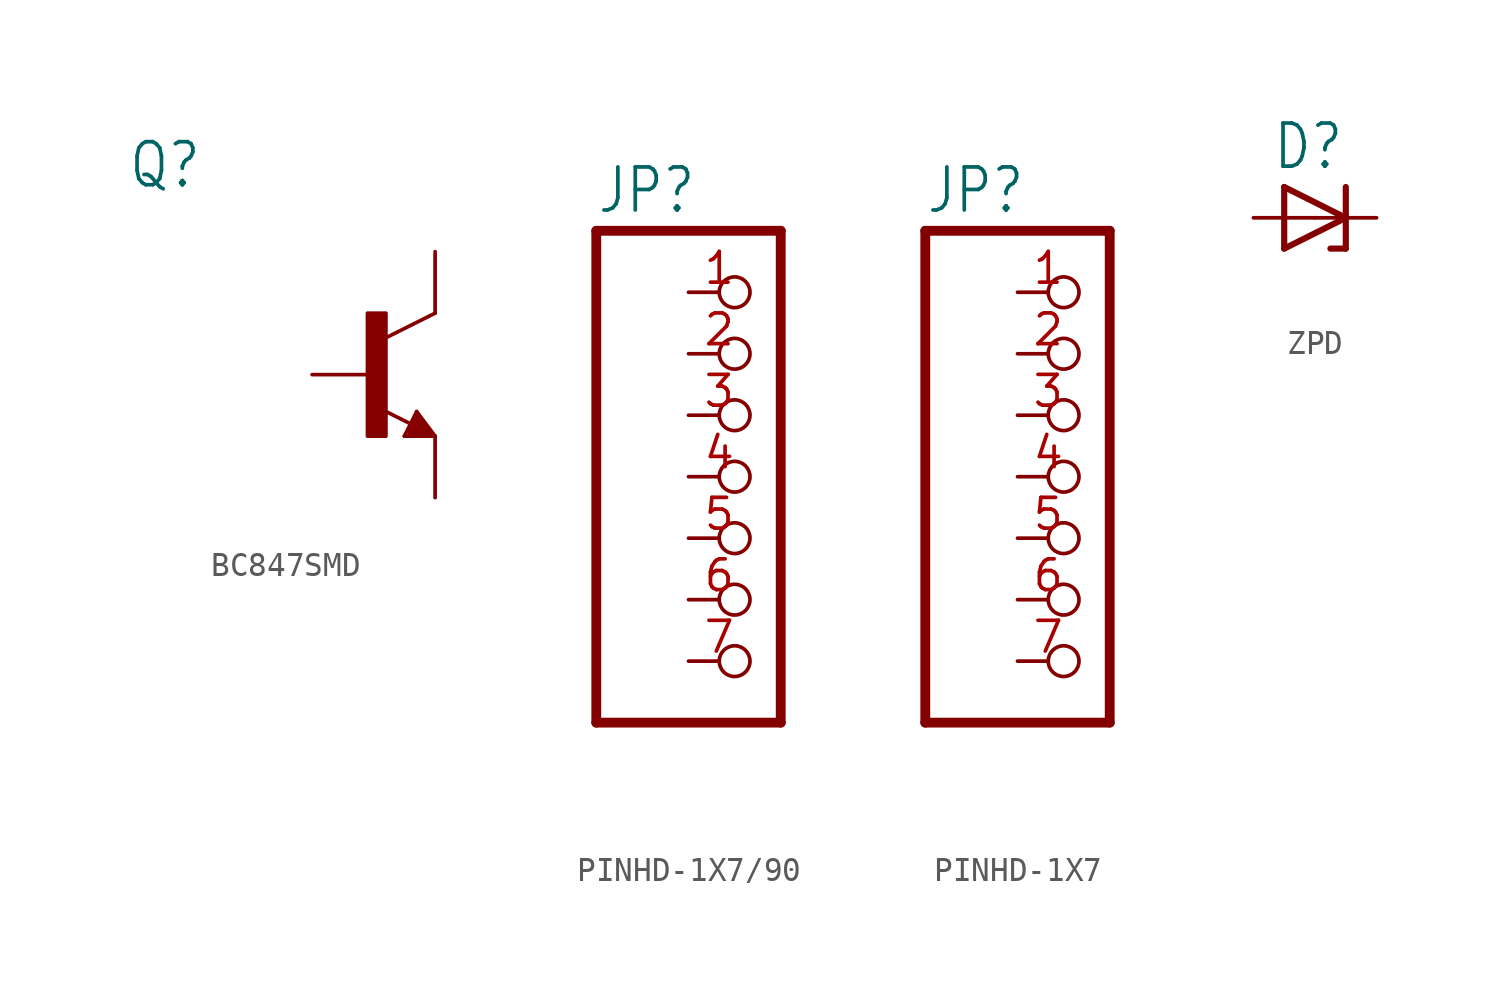
<source format=kicad_sym>
(kicad_symbol_lib
  (version 20220914)
  (generator kicad_symbol_editor)
  (symbol "BC847SMD"
    (property "Reference" "Q"
      (at -10.16 7.62 0)
      (effects (font (size 1.778 1.511)) (justify left bottom)))
    (property "Value" ""
      (at -10.16 5.08 0)
      (effects (font (size 1.778 1.511)) (justify left bottom)))
    (property "ki_locked" ""
      (at 0 0 0)
      (effects (font (size 1.27 1.27))))
    (symbol "BC847SMD_1_0"
      (rectangle (start -0.254 -2.54) (end 0.508 2.54) (stroke (width 0) (type default)) (fill (type outline)))
      (polyline (pts (xy 1.27 -2.54) (xy 1.778 -1.524)) (stroke (width 0.152) (type solid)) (fill (type none)))
      (polyline (pts (xy 1.524 -2.413) (xy 2.286 -2.413)) (stroke (width 0.254) (type solid)) (fill (type none)))
      (polyline (pts (xy 1.524 -2.286) (xy 1.905 -2.286)) (stroke (width 0.254) (type solid)) (fill (type none)))
      (polyline (pts (xy 1.54 -2.04) (xy 0.308 -1.424)) (stroke (width 0.152) (type solid)) (fill (type none)))
      (polyline (pts (xy 1.778 -1.778) (xy 1.524 -2.286)) (stroke (width 0.254) (type solid)) (fill (type none)))
      (polyline (pts (xy 1.778 -1.524) (xy 2.54 -2.54)) (stroke (width 0.152) (type solid)) (fill (type none)))
      (polyline (pts (xy 1.905 -2.286) (xy 1.778 -2.032)) (stroke (width 0.254) (type solid)) (fill (type none)))
      (polyline (pts (xy 2.286 -2.413) (xy 1.778 -1.778)) (stroke (width 0.254) (type solid)) (fill (type none)))
      (polyline (pts (xy 2.54 -2.54) (xy 1.27 -2.54)) (stroke (width 0.152) (type solid)) (fill (type none)))
      (polyline (pts (xy 2.54 2.54) (xy 0.508 1.524)) (stroke (width 0.152) (type solid)) (fill (type none)))
      (pin passive line (at -2.54 0 0) (length 2.54) (name "B" (effects (font (size 0 0)))) (number "1" (effects (font (size 0 0)))))
      (pin passive line (at 2.54 -5.08 90) (length 2.54) (name "E" (effects (font (size 0 0)))) (number "2" (effects (font (size 0 0)))))
      (pin passive line (at 2.54 5.08 270) (length 2.54) (name "C" (effects (font (size 0 0)))) (number "3" (effects (font (size 0 0)))))))
  (symbol "PINHD-1X7/90"
    (property "Reference" "JP"
      (at -6.35 10.795 0)
      (effects (font (size 1.778 1.511)) (justify left bottom)))
    (property "Value" ""
      (at -6.35 -12.7 0)
      (effects (font (size 1.778 1.511)) (justify left bottom)))
    (property "ki_locked" ""
      (at 0 0 0)
      (effects (font (size 1.27 1.27))))
    (symbol "PINHD-1X7/90_1_0"
      (polyline (pts (xy -6.35 -10.16) (xy 1.27 -10.16)) (stroke (width 0.406) (type solid)) (fill (type none)))
      (polyline (pts (xy -6.35 10.16) (xy -6.35 -10.16)) (stroke (width 0.406) (type solid)) (fill (type none)))
      (polyline (pts (xy 1.27 -10.16) (xy 1.27 10.16)) (stroke (width 0.406) (type solid)) (fill (type none)))
      (polyline (pts (xy 1.27 10.16) (xy -6.35 10.16)) (stroke (width 0.406) (type solid)) (fill (type none)))
      (pin passive inverted (at -2.54 7.62 0) (length 2.54) (name "1" (effects (font (size 0 0)))) (number "1" (effects (font (size 1.27 1.27)))))
      (pin passive inverted (at -2.54 5.08 0) (length 2.54) (name "2" (effects (font (size 0 0)))) (number "2" (effects (font (size 1.27 1.27)))))
      (pin passive inverted (at -2.54 2.54 0) (length 2.54) (name "3" (effects (font (size 0 0)))) (number "3" (effects (font (size 1.27 1.27)))))
      (pin passive inverted (at -2.54 0 0) (length 2.54) (name "4" (effects (font (size 0 0)))) (number "4" (effects (font (size 1.27 1.27)))))
      (pin passive inverted (at -2.54 -2.54 0) (length 2.54) (name "5" (effects (font (size 0 0)))) (number "5" (effects (font (size 1.27 1.27)))))
      (pin passive inverted (at -2.54 -5.08 0) (length 2.54) (name "6" (effects (font (size 0 0)))) (number "6" (effects (font (size 1.27 1.27)))))
      (pin passive inverted (at -2.54 -7.62 0) (length 2.54) (name "7" (effects (font (size 0 0)))) (number "7" (effects (font (size 1.27 1.27)))))))
  (symbol "PINHD-1X7"
    (property "Reference" "JP"
      (at -6.35 10.795 0)
      (effects (font (size 1.778 1.511)) (justify left bottom)))
    (property "Value" ""
      (at -6.35 -12.7 0)
      (effects (font (size 1.778 1.511)) (justify left bottom)))
    (property "ki_locked" ""
      (at 0 0 0)
      (effects (font (size 1.27 1.27))))
    (symbol "PINHD-1X7_1_0"
      (polyline (pts (xy -6.35 -10.16) (xy 1.27 -10.16)) (stroke (width 0.406) (type solid)) (fill (type none)))
      (polyline (pts (xy -6.35 10.16) (xy -6.35 -10.16)) (stroke (width 0.406) (type solid)) (fill (type none)))
      (polyline (pts (xy 1.27 -10.16) (xy 1.27 10.16)) (stroke (width 0.406) (type solid)) (fill (type none)))
      (polyline (pts (xy 1.27 10.16) (xy -6.35 10.16)) (stroke (width 0.406) (type solid)) (fill (type none)))
      (pin passive inverted (at -2.54 7.62 0) (length 2.54) (name "1" (effects (font (size 0 0)))) (number "1" (effects (font (size 1.27 1.27)))))
      (pin passive inverted (at -2.54 5.08 0) (length 2.54) (name "2" (effects (font (size 0 0)))) (number "2" (effects (font (size 1.27 1.27)))))
      (pin passive inverted (at -2.54 2.54 0) (length 2.54) (name "3" (effects (font (size 0 0)))) (number "3" (effects (font (size 1.27 1.27)))))
      (pin passive inverted (at -2.54 0 0) (length 2.54) (name "4" (effects (font (size 0 0)))) (number "4" (effects (font (size 1.27 1.27)))))
      (pin passive inverted (at -2.54 -2.54 0) (length 2.54) (name "5" (effects (font (size 0 0)))) (number "5" (effects (font (size 1.27 1.27)))))
      (pin passive inverted (at -2.54 -5.08 0) (length 2.54) (name "6" (effects (font (size 0 0)))) (number "6" (effects (font (size 1.27 1.27)))))
      (pin passive inverted (at -2.54 -7.62 0) (length 2.54) (name "7" (effects (font (size 0 0)))) (number "7" (effects (font (size 1.27 1.27)))))))
  (symbol "ZPD"
    (property "Reference" "D"
      (at -1.778 1.905 0)
      (effects (font (size 1.778 1.511)) (justify left bottom)))
    (property "Value" ""
      (at -1.778 -3.429 0)
      (effects (font (size 1.778 1.511)) (justify left bottom)))
    (property "ki_locked" ""
      (at 0 0 0)
      (effects (font (size 1.27 1.27))))
    (symbol "ZPD_1_0"
      (polyline (pts (xy -1.27 -1.27) (xy 1.27 0)) (stroke (width 0.254) (type solid)) (fill (type none)))
      (polyline (pts (xy -1.27 1.27) (xy -1.27 -1.27)) (stroke (width 0.254) (type solid)) (fill (type none)))
      (polyline (pts (xy 1.27 -1.27) (xy 0.635 -1.27)) (stroke (width 0.254) (type solid)) (fill (type none)))
      (polyline (pts (xy 1.27 0) (xy -1.27 1.27)) (stroke (width 0.254) (type solid)) (fill (type none)))
      (polyline (pts (xy 1.27 0) (xy 1.27 -1.27)) (stroke (width 0.254) (type solid)) (fill (type none)))
      (polyline (pts (xy 1.27 1.27) (xy 1.27 0)) (stroke (width 0.254) (type solid)) (fill (type none)))
      (pin passive line (at -2.54 0 0) (length 2.54) (name "A" (effects (font (size 0 0)))) (number "A" (effects (font (size 0 0)))))
      (pin passive line (at 2.54 0 180) (length 2.54) (name "C" (effects (font (size 0 0)))) (number "C" (effects (font (size 0 0))))))))
</source>
